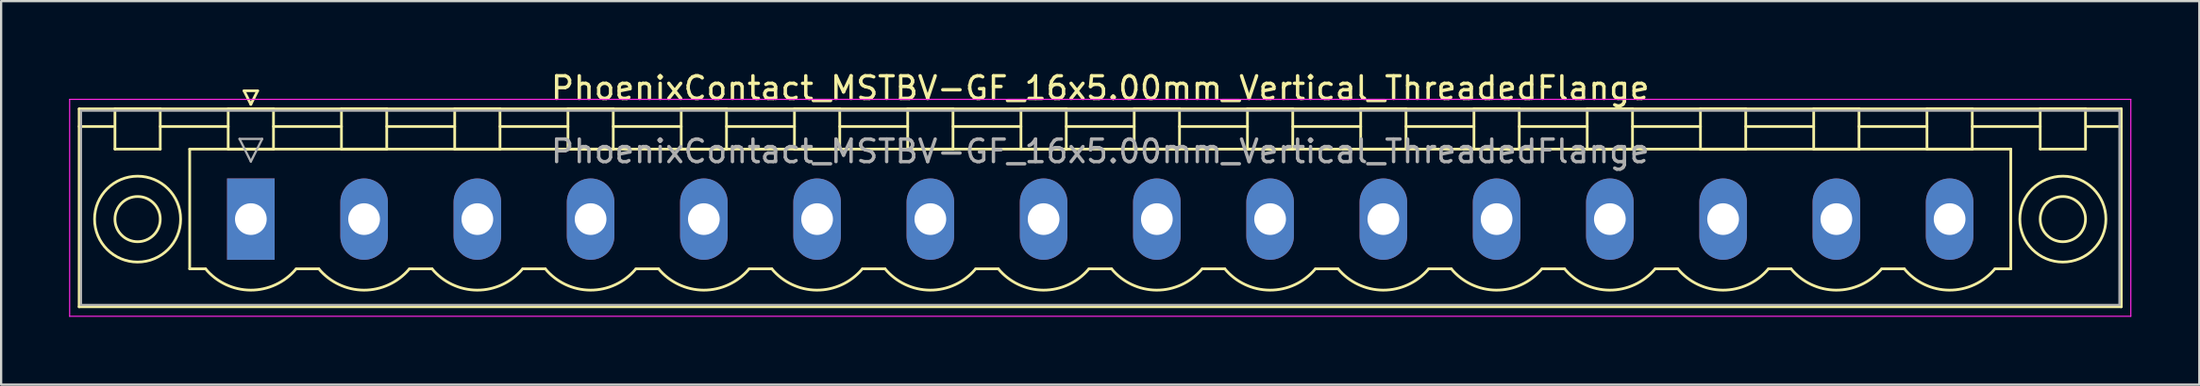
<source format=kicad_pcb>
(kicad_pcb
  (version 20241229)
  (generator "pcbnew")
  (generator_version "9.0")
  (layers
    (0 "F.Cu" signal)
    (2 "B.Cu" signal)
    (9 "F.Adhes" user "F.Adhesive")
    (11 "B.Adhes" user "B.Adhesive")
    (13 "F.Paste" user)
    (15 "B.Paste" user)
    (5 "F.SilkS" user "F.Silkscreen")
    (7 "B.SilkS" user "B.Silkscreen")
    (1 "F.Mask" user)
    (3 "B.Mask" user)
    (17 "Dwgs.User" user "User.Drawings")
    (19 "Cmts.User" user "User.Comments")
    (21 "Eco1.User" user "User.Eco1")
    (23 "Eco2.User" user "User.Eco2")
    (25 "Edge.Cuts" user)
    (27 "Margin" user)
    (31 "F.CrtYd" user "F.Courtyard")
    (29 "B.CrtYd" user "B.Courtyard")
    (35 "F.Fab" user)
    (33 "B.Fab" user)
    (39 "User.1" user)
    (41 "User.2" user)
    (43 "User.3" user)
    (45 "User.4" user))
  (footprint "PhoenixContact_MSTBV-GF_16x5.00mm_Vertical_ThreadedFlange"
    (layer "F.Cu")
    (at 8.025 6.648)
    (property "Reference" "PhoenixContact_MSTBV-GF_16x5.00mm_Vertical_ThreadedFlange" (at 37.5 -5.8 0) (layer "F.SilkS") (effects (font (size 1 1) (thickness 0.15))))
    (attr through_hole)
    (fp_line (start -7.58 -4.88) (end -7.58 3.88) (stroke (width 0.12) (type solid)) (layer "F.SilkS"))
    (fp_line (start -7.58 -4.1) (end -6.08 -4.1) (stroke (width 0.12) (type solid)) (layer "F.SilkS"))
    (fp_line (start -7.58 3.88) (end 82.58 3.88) (stroke (width 0.12) (type solid)) (layer "F.SilkS"))
    (fp_line (start -6 -4.88) (end -4 -4.88) (stroke (width 0.12) (type solid)) (layer "F.SilkS"))
    (fp_line (start -6 -3.1) (end -6 -4.88) (stroke (width 0.12) (type solid)) (layer "F.SilkS"))
    (fp_line (start -4 -4.88) (end -4 -3.1) (stroke (width 0.12) (type solid)) (layer "F.SilkS"))
    (fp_line (start -4 -4.1) (end -1 -4.1) (stroke (width 0.12) (type solid)) (layer "F.SilkS"))
    (fp_line (start -4 -3.1) (end -6 -3.1) (stroke (width 0.12) (type solid)) (layer "F.SilkS"))
    (fp_line (start -2.7 -3.1) (end 77.7 -3.1) (stroke (width 0.12) (type solid)) (layer "F.SilkS"))
    (fp_line (start -2.7 2.2) (end -2.7 -3.1) (stroke (width 0.12) (type solid)) (layer "F.SilkS"))
    (fp_line (start -2 2.2) (end -2.7 2.2) (stroke (width 0.12) (type solid)) (layer "F.SilkS"))
    (fp_line (start -1 -4.88) (end 1 -4.88) (stroke (width 0.12) (type solid)) (layer "F.SilkS"))
    (fp_line (start -1 -3.1) (end -1 -4.88) (stroke (width 0.12) (type solid)) (layer "F.SilkS"))
    (fp_line (start -0.3 -5.68) (end 0.3 -5.68) (stroke (width 0.12) (type solid)) (layer "F.SilkS"))
    (fp_line (start 0 -5.08) (end -0.3 -5.68) (stroke (width 0.12) (type solid)) (layer "F.SilkS"))
    (fp_line (start 0.3 -5.68) (end 0 -5.08) (stroke (width 0.12) (type solid)) (layer "F.SilkS"))
    (fp_line (start 1 -4.88) (end 1 -3.1) (stroke (width 0.12) (type solid)) (layer "F.SilkS"))
    (fp_line (start 1 -4.1) (end 4 -4.1) (stroke (width 0.12) (type solid)) (layer "F.SilkS"))
    (fp_line (start 1 -3.1) (end -1 -3.1) (stroke (width 0.12) (type solid)) (layer "F.SilkS"))
    (fp_line (start 2 2.2) (end 3 2.2) (stroke (width 0.12) (type solid)) (layer "F.SilkS"))
    (fp_line (start 4 -4.88) (end 6 -4.88) (stroke (width 0.12) (type solid)) (layer "F.SilkS"))
    (fp_line (start 4 -3.1) (end 4 -4.88) (stroke (width 0.12) (type solid)) (layer "F.SilkS"))
    (fp_line (start 6 -4.88) (end 6 -3.1) (stroke (width 0.12) (type solid)) (layer "F.SilkS"))
    (fp_line (start 6 -4.1) (end 9 -4.1) (stroke (width 0.12) (type solid)) (layer "F.SilkS"))
    (fp_line (start 6 -3.1) (end 4 -3.1) (stroke (width 0.12) (type solid)) (layer "F.SilkS"))
    (fp_line (start 7 2.2) (end 8 2.2) (stroke (width 0.12) (type solid)) (layer "F.SilkS"))
    (fp_line (start 9 -4.88) (end 11 -4.88) (stroke (width 0.12) (type solid)) (layer "F.SilkS"))
    (fp_line (start 9 -3.1) (end 9 -4.88) (stroke (width 0.12) (type solid)) (layer "F.SilkS"))
    (fp_line (start 11 -4.88) (end 11 -3.1) (stroke (width 0.12) (type solid)) (layer "F.SilkS"))
    (fp_line (start 11 -4.1) (end 14 -4.1) (stroke (width 0.12) (type solid)) (layer "F.SilkS"))
    (fp_line (start 11 -3.1) (end 9 -3.1) (stroke (width 0.12) (type solid)) (layer "F.SilkS"))
    (fp_line (start 12 2.2) (end 13 2.2) (stroke (width 0.12) (type solid)) (layer "F.SilkS"))
    (fp_line (start 14 -4.88) (end 16 -4.88) (stroke (width 0.12) (type solid)) (layer "F.SilkS"))
    (fp_line (start 14 -3.1) (end 14 -4.88) (stroke (width 0.12) (type solid)) (layer "F.SilkS"))
    (fp_line (start 16 -4.88) (end 16 -3.1) (stroke (width 0.12) (type solid)) (layer "F.SilkS"))
    (fp_line (start 16 -4.1) (end 19 -4.1) (stroke (width 0.12) (type solid)) (layer "F.SilkS"))
    (fp_line (start 16 -3.1) (end 14 -3.1) (stroke (width 0.12) (type solid)) (layer "F.SilkS"))
    (fp_line (start 17 2.2) (end 18 2.2) (stroke (width 0.12) (type solid)) (layer "F.SilkS"))
    (fp_line (start 19 -4.88) (end 21 -4.88) (stroke (width 0.12) (type solid)) (layer "F.SilkS"))
    (fp_line (start 19 -3.1) (end 19 -4.88) (stroke (width 0.12) (type solid)) (layer "F.SilkS"))
    (fp_line (start 21 -4.88) (end 21 -3.1) (stroke (width 0.12) (type solid)) (layer "F.SilkS"))
    (fp_line (start 21 -4.1) (end 24 -4.1) (stroke (width 0.12) (type solid)) (layer "F.SilkS"))
    (fp_line (start 21 -3.1) (end 19 -3.1) (stroke (width 0.12) (type solid)) (layer "F.SilkS"))
    (fp_line (start 22 2.2) (end 23 2.2) (stroke (width 0.12) (type solid)) (layer "F.SilkS"))
    (fp_line (start 24 -4.88) (end 26 -4.88) (stroke (width 0.12) (type solid)) (layer "F.SilkS"))
    (fp_line (start 24 -3.1) (end 24 -4.88) (stroke (width 0.12) (type solid)) (layer "F.SilkS"))
    (fp_line (start 26 -4.88) (end 26 -3.1) (stroke (width 0.12) (type solid)) (layer "F.SilkS"))
    (fp_line (start 26 -4.1) (end 29 -4.1) (stroke (width 0.12) (type solid)) (layer "F.SilkS"))
    (fp_line (start 26 -3.1) (end 24 -3.1) (stroke (width 0.12) (type solid)) (layer "F.SilkS"))
    (fp_line (start 27 2.2) (end 28 2.2) (stroke (width 0.12) (type solid)) (layer "F.SilkS"))
    (fp_line (start 29 -4.88) (end 31 -4.88) (stroke (width 0.12) (type solid)) (layer "F.SilkS"))
    (fp_line (start 29 -3.1) (end 29 -4.88) (stroke (width 0.12) (type solid)) (layer "F.SilkS"))
    (fp_line (start 31 -4.88) (end 31 -3.1) (stroke (width 0.12) (type solid)) (layer "F.SilkS"))
    (fp_line (start 31 -4.1) (end 34 -4.1) (stroke (width 0.12) (type solid)) (layer "F.SilkS"))
    (fp_line (start 31 -3.1) (end 29 -3.1) (stroke (width 0.12) (type solid)) (layer "F.SilkS"))
    (fp_line (start 32 2.2) (end 33 2.2) (stroke (width 0.12) (type solid)) (layer "F.SilkS"))
    (fp_line (start 34 -4.88) (end 36 -4.88) (stroke (width 0.12) (type solid)) (layer "F.SilkS"))
    (fp_line (start 34 -3.1) (end 34 -4.88) (stroke (width 0.12) (type solid)) (layer "F.SilkS"))
    (fp_line (start 36 -4.88) (end 36 -3.1) (stroke (width 0.12) (type solid)) (layer "F.SilkS"))
    (fp_line (start 36 -4.1) (end 39 -4.1) (stroke (width 0.12) (type solid)) (layer "F.SilkS"))
    (fp_line (start 36 -3.1) (end 34 -3.1) (stroke (width 0.12) (type solid)) (layer "F.SilkS"))
    (fp_line (start 37 2.2) (end 38 2.2) (stroke (width 0.12) (type solid)) (layer "F.SilkS"))
    (fp_line (start 39 -4.88) (end 41 -4.88) (stroke (width 0.12) (type solid)) (layer "F.SilkS"))
    (fp_line (start 39 -3.1) (end 39 -4.88) (stroke (width 0.12) (type solid)) (layer "F.SilkS"))
    (fp_line (start 41 -4.88) (end 41 -3.1) (stroke (width 0.12) (type solid)) (layer "F.SilkS"))
    (fp_line (start 41 -4.1) (end 44 -4.1) (stroke (width 0.12) (type solid)) (layer "F.SilkS"))
    (fp_line (start 41 -3.1) (end 39 -3.1) (stroke (width 0.12) (type solid)) (layer "F.SilkS"))
    (fp_line (start 42 2.2) (end 43 2.2) (stroke (width 0.12) (type solid)) (layer "F.SilkS"))
    (fp_line (start 44 -4.88) (end 46 -4.88) (stroke (width 0.12) (type solid)) (layer "F.SilkS"))
    (fp_line (start 44 -3.1) (end 44 -4.88) (stroke (width 0.12) (type solid)) (layer "F.SilkS"))
    (fp_line (start 46 -4.88) (end 46 -3.1) (stroke (width 0.12) (type solid)) (layer "F.SilkS"))
    (fp_line (start 46 -4.1) (end 49 -4.1) (stroke (width 0.12) (type solid)) (layer "F.SilkS"))
    (fp_line (start 46 -3.1) (end 44 -3.1) (stroke (width 0.12) (type solid)) (layer "F.SilkS"))
    (fp_line (start 47 2.2) (end 48 2.2) (stroke (width 0.12) (type solid)) (layer "F.SilkS"))
    (fp_line (start 49 -4.88) (end 51 -4.88) (stroke (width 0.12) (type solid)) (layer "F.SilkS"))
    (fp_line (start 49 -3.1) (end 49 -4.88) (stroke (width 0.12) (type solid)) (layer "F.SilkS"))
    (fp_line (start 51 -4.88) (end 51 -3.1) (stroke (width 0.12) (type solid)) (layer "F.SilkS"))
    (fp_line (start 51 -4.1) (end 54 -4.1) (stroke (width 0.12) (type solid)) (layer "F.SilkS"))
    (fp_line (start 51 -3.1) (end 49 -3.1) (stroke (width 0.12) (type solid)) (layer "F.SilkS"))
    (fp_line (start 52 2.2) (end 53 2.2) (stroke (width 0.12) (type solid)) (layer "F.SilkS"))
    (fp_line (start 54 -4.88) (end 56 -4.88) (stroke (width 0.12) (type solid)) (layer "F.SilkS"))
    (fp_line (start 54 -3.1) (end 54 -4.88) (stroke (width 0.12) (type solid)) (layer "F.SilkS"))
    (fp_line (start 56 -4.88) (end 56 -3.1) (stroke (width 0.12) (type solid)) (layer "F.SilkS"))
    (fp_line (start 56 -4.1) (end 59 -4.1) (stroke (width 0.12) (type solid)) (layer "F.SilkS"))
    (fp_line (start 56 -3.1) (end 54 -3.1) (stroke (width 0.12) (type solid)) (layer "F.SilkS"))
    (fp_line (start 57 2.2) (end 58 2.2) (stroke (width 0.12) (type solid)) (layer "F.SilkS"))
    (fp_line (start 59 -4.88) (end 61 -4.88) (stroke (width 0.12) (type solid)) (layer "F.SilkS"))
    (fp_line (start 59 -3.1) (end 59 -4.88) (stroke (width 0.12) (type solid)) (layer "F.SilkS"))
    (fp_line (start 61 -4.88) (end 61 -3.1) (stroke (width 0.12) (type solid)) (layer "F.SilkS"))
    (fp_line (start 61 -4.1) (end 64 -4.1) (stroke (width 0.12) (type solid)) (layer "F.SilkS"))
    (fp_line (start 61 -3.1) (end 59 -3.1) (stroke (width 0.12) (type solid)) (layer "F.SilkS"))
    (fp_line (start 62 2.2) (end 63 2.2) (stroke (width 0.12) (type solid)) (layer "F.SilkS"))
    (fp_line (start 64 -4.88) (end 66 -4.88) (stroke (width 0.12) (type solid)) (layer "F.SilkS"))
    (fp_line (start 64 -3.1) (end 64 -4.88) (stroke (width 0.12) (type solid)) (layer "F.SilkS"))
    (fp_line (start 66 -4.88) (end 66 -3.1) (stroke (width 0.12) (type solid)) (layer "F.SilkS"))
    (fp_line (start 66 -4.1) (end 69 -4.1) (stroke (width 0.12) (type solid)) (layer "F.SilkS"))
    (fp_line (start 66 -3.1) (end 64 -3.1) (stroke (width 0.12) (type solid)) (layer "F.SilkS"))
    (fp_line (start 67 2.2) (end 68 2.2) (stroke (width 0.12) (type solid)) (layer "F.SilkS"))
    (fp_line (start 69 -4.88) (end 71 -4.88) (stroke (width 0.12) (type solid)) (layer "F.SilkS"))
    (fp_line (start 69 -3.1) (end 69 -4.88) (stroke (width 0.12) (type solid)) (layer "F.SilkS"))
    (fp_line (start 71 -4.88) (end 71 -3.1) (stroke (width 0.12) (type solid)) (layer "F.SilkS"))
    (fp_line (start 71 -4.1) (end 74 -4.1) (stroke (width 0.12) (type solid)) (layer "F.SilkS"))
    (fp_line (start 71 -3.1) (end 69 -3.1) (stroke (width 0.12) (type solid)) (layer "F.SilkS"))
    (fp_line (start 72 2.2) (end 73 2.2) (stroke (width 0.12) (type solid)) (layer "F.SilkS"))
    (fp_line (start 74 -4.88) (end 76 -4.88) (stroke (width 0.12) (type solid)) (layer "F.SilkS"))
    (fp_line (start 74 -3.1) (end 74 -4.88) (stroke (width 0.12) (type solid)) (layer "F.SilkS"))
    (fp_line (start 76 -4.88) (end 76 -3.1) (stroke (width 0.12) (type solid)) (layer "F.SilkS"))
    (fp_line (start 76 -4.1) (end 79 -4.1) (stroke (width 0.12) (type solid)) (layer "F.SilkS"))
    (fp_line (start 76 -3.1) (end 74 -3.1) (stroke (width 0.12) (type solid)) (layer "F.SilkS"))
    (fp_line (start 77.7 -3.1) (end 77.7 2.2) (stroke (width 0.12) (type solid)) (layer "F.SilkS"))
    (fp_line (start 77.7 2.2) (end 77 2.2) (stroke (width 0.12) (type solid)) (layer "F.SilkS"))
    (fp_line (start 79 -4.88) (end 81 -4.88) (stroke (width 0.12) (type solid)) (layer "F.SilkS"))
    (fp_line (start 79 -3.1) (end 79 -4.88) (stroke (width 0.12) (type solid)) (layer "F.SilkS"))
    (fp_line (start 81 -4.88) (end 81 -3.1) (stroke (width 0.12) (type solid)) (layer "F.SilkS"))
    (fp_line (start 81 -3.1) (end 79 -3.1) (stroke (width 0.12) (type solid)) (layer "F.SilkS"))
    (fp_line (start 82.58 -4.88) (end -7.58 -4.88) (stroke (width 0.12) (type solid)) (layer "F.SilkS"))
    (fp_line (start 82.58 -4.1) (end 81.08 -4.1) (stroke (width 0.12) (type solid)) (layer "F.SilkS"))
    (fp_line (start 82.58 3.88) (end 82.58 -4.88) (stroke (width 0.12) (type solid)) (layer "F.SilkS"))
    (fp_arc (start 1.986842 2.215821) (mid -0.010289 3.142758) (end -2 2.2) (stroke (width 0.12) (type solid)) (layer "F.SilkS"))
    (fp_arc (start 6.986842 2.215821) (mid 4.989711 3.142758) (end 3 2.2) (stroke (width 0.12) (type solid)) (layer "F.SilkS"))
    (fp_arc (start 11.986842 2.215821) (mid 9.989711 3.142758) (end 8 2.2) (stroke (width 0.12) (type solid)) (layer "F.SilkS"))
    (fp_arc (start 16.986842 2.215821) (mid 14.989711 3.142758) (end 13 2.2) (stroke (width 0.12) (type solid)) (layer "F.SilkS"))
    (fp_arc (start 21.986842 2.215821) (mid 19.989711 3.142758) (end 18 2.2) (stroke (width 0.12) (type solid)) (layer "F.SilkS"))
    (fp_arc (start 26.986842 2.215821) (mid 24.989711 3.142758) (end 23 2.2) (stroke (width 0.12) (type solid)) (layer "F.SilkS"))
    (fp_arc (start 31.986842 2.215821) (mid 29.989711 3.142758) (end 28 2.2) (stroke (width 0.12) (type solid)) (layer "F.SilkS"))
    (fp_arc (start 36.986842 2.215821) (mid 34.989711 3.142758) (end 33 2.2) (stroke (width 0.12) (type solid)) (layer "F.SilkS"))
    (fp_arc (start 41.986842 2.215821) (mid 39.989711 3.142758) (end 38 2.2) (stroke (width 0.12) (type solid)) (layer "F.SilkS"))
    (fp_arc (start 46.986842 2.215821) (mid 44.989711 3.142758) (end 43 2.2) (stroke (width 0.12) (type solid)) (layer "F.SilkS"))
    (fp_arc (start 51.986842 2.215821) (mid 49.989711 3.142758) (end 48 2.2) (stroke (width 0.12) (type solid)) (layer "F.SilkS"))
    (fp_arc (start 56.986842 2.215821) (mid 54.989711 3.142758) (end 53 2.2) (stroke (width 0.12) (type solid)) (layer "F.SilkS"))
    (fp_arc (start 61.986842 2.215821) (mid 59.989711 3.142758) (end 58 2.2) (stroke (width 0.12) (type solid)) (layer "F.SilkS"))
    (fp_arc (start 66.986842 2.215821) (mid 64.989711 3.142758) (end 63 2.2) (stroke (width 0.12) (type solid)) (layer "F.SilkS"))
    (fp_arc (start 71.986842 2.215821) (mid 69.989711 3.142758) (end 68 2.2) (stroke (width 0.12) (type solid)) (layer "F.SilkS"))
    (fp_arc (start 76.986842 2.215821) (mid 74.989711 3.142758) (end 73 2.2) (stroke (width 0.12) (type solid)) (layer "F.SilkS"))
    (fp_circle (center -5 0) (end -4 0) (stroke (width 0.12) (type solid)) (fill no) (layer "F.SilkS"))
    (fp_circle (center -5 0) (end -3.1 0) (stroke (width 0.12) (type solid)) (fill no) (layer "F.SilkS"))
    (fp_circle (center 80 0) (end 81 0) (stroke (width 0.12) (type solid)) (fill no) (layer "F.SilkS"))
    (fp_circle (center 80 0) (end 81.9 0) (stroke (width 0.12) (type solid)) (fill no) (layer "F.SilkS"))
    (fp_line (start -8 -5.3) (end -8 4.3) (stroke (width 0.05) (type solid)) (layer "F.CrtYd"))
    (fp_line (start -8 4.3) (end 83 4.3) (stroke (width 0.05) (type solid)) (layer "F.CrtYd"))
    (fp_line (start 83 -5.3) (end -8 -5.3) (stroke (width 0.05) (type solid)) (layer "F.CrtYd"))
    (fp_line (start 83 4.3) (end 83 -5.3) (stroke (width 0.05) (type solid)) (layer "F.CrtYd"))
    (fp_line (start -7.5 -4.8) (end -7.5 3.8) (stroke (width 0.1) (type solid)) (layer "F.Fab"))
    (fp_line (start -7.5 3.8) (end 82.5 3.8) (stroke (width 0.1) (type solid)) (layer "F.Fab"))
    (fp_line (start -0.5 -3.55) (end 0.5 -3.55) (stroke (width 0.1) (type solid)) (layer "F.Fab"))
    (fp_line (start 0 -2.55) (end -0.5 -3.55) (stroke (width 0.1) (type solid)) (layer "F.Fab"))
    (fp_line (start 0.5 -3.55) (end 0 -2.55) (stroke (width 0.1) (type solid)) (layer "F.Fab"))
    (fp_line (start 82.5 -4.8) (end -7.5 -4.8) (stroke (width 0.1) (type solid)) (layer "F.Fab"))
    (fp_line (start 82.5 3.8) (end 82.5 -4.8) (stroke (width 0.1) (type solid)) (layer "F.Fab"))
    (fp_text user "${REFERENCE}" (at 37.5 -3 0) (layer "F.Fab") (effects (font (size 1 1) (thickness 0.15))))
    (pad "1" thru_hole rect (at 0 0) (size 2.1 3.6) (drill 1.4) (layers "*.Cu" "*.Mask"))
    (pad "2" thru_hole oval (at 5 0) (size 2.1 3.6) (drill 1.4) (layers "*.Cu" "*.Mask"))
    (pad "3" thru_hole oval (at 10 0) (size 2.1 3.6) (drill 1.4) (layers "*.Cu" "*.Mask"))
    (pad "4" thru_hole oval (at 15 0) (size 2.1 3.6) (drill 1.4) (layers "*.Cu" "*.Mask"))
    (pad "5" thru_hole oval (at 20 0) (size 2.1 3.6) (drill 1.4) (layers "*.Cu" "*.Mask"))
    (pad "6" thru_hole oval (at 25 0) (size 2.1 3.6) (drill 1.4) (layers "*.Cu" "*.Mask"))
    (pad "7" thru_hole oval (at 30 0) (size 2.1 3.6) (drill 1.4) (layers "*.Cu" "*.Mask"))
    (pad "8" thru_hole oval (at 35 0) (size 2.1 3.6) (drill 1.4) (layers "*.Cu" "*.Mask"))
    (pad "9" thru_hole oval (at 40 0) (size 2.1 3.6) (drill 1.4) (layers "*.Cu" "*.Mask"))
    (pad "10" thru_hole oval (at 45 0) (size 2.1 3.6) (drill 1.4) (layers "*.Cu" "*.Mask"))
    (pad "11" thru_hole oval (at 50 0) (size 2.1 3.6) (drill 1.4) (layers "*.Cu" "*.Mask"))
    (pad "12" thru_hole oval (at 55 0) (size 2.1 3.6) (drill 1.4) (layers "*.Cu" "*.Mask"))
    (pad "13" thru_hole oval (at 60 0) (size 2.1 3.6) (drill 1.4) (layers "*.Cu" "*.Mask"))
    (pad "14" thru_hole oval (at 65 0) (size 2.1 3.6) (drill 1.4) (layers "*.Cu" "*.Mask"))
    (pad "15" thru_hole oval (at 70 0) (size 2.1 3.6) (drill 1.4) (layers "*.Cu" "*.Mask"))
    (pad "16" thru_hole oval (at 75 0) (size 2.1 3.6) (drill 1.4) (layers "*.Cu" "*.Mask")))
  (gr_rect
    (start -3 -3)
    (end 94.05 13.973)
    (stroke (width 0.1) (type default))
    (fill no)
    (layer "Edge.Cuts")))
</source>
